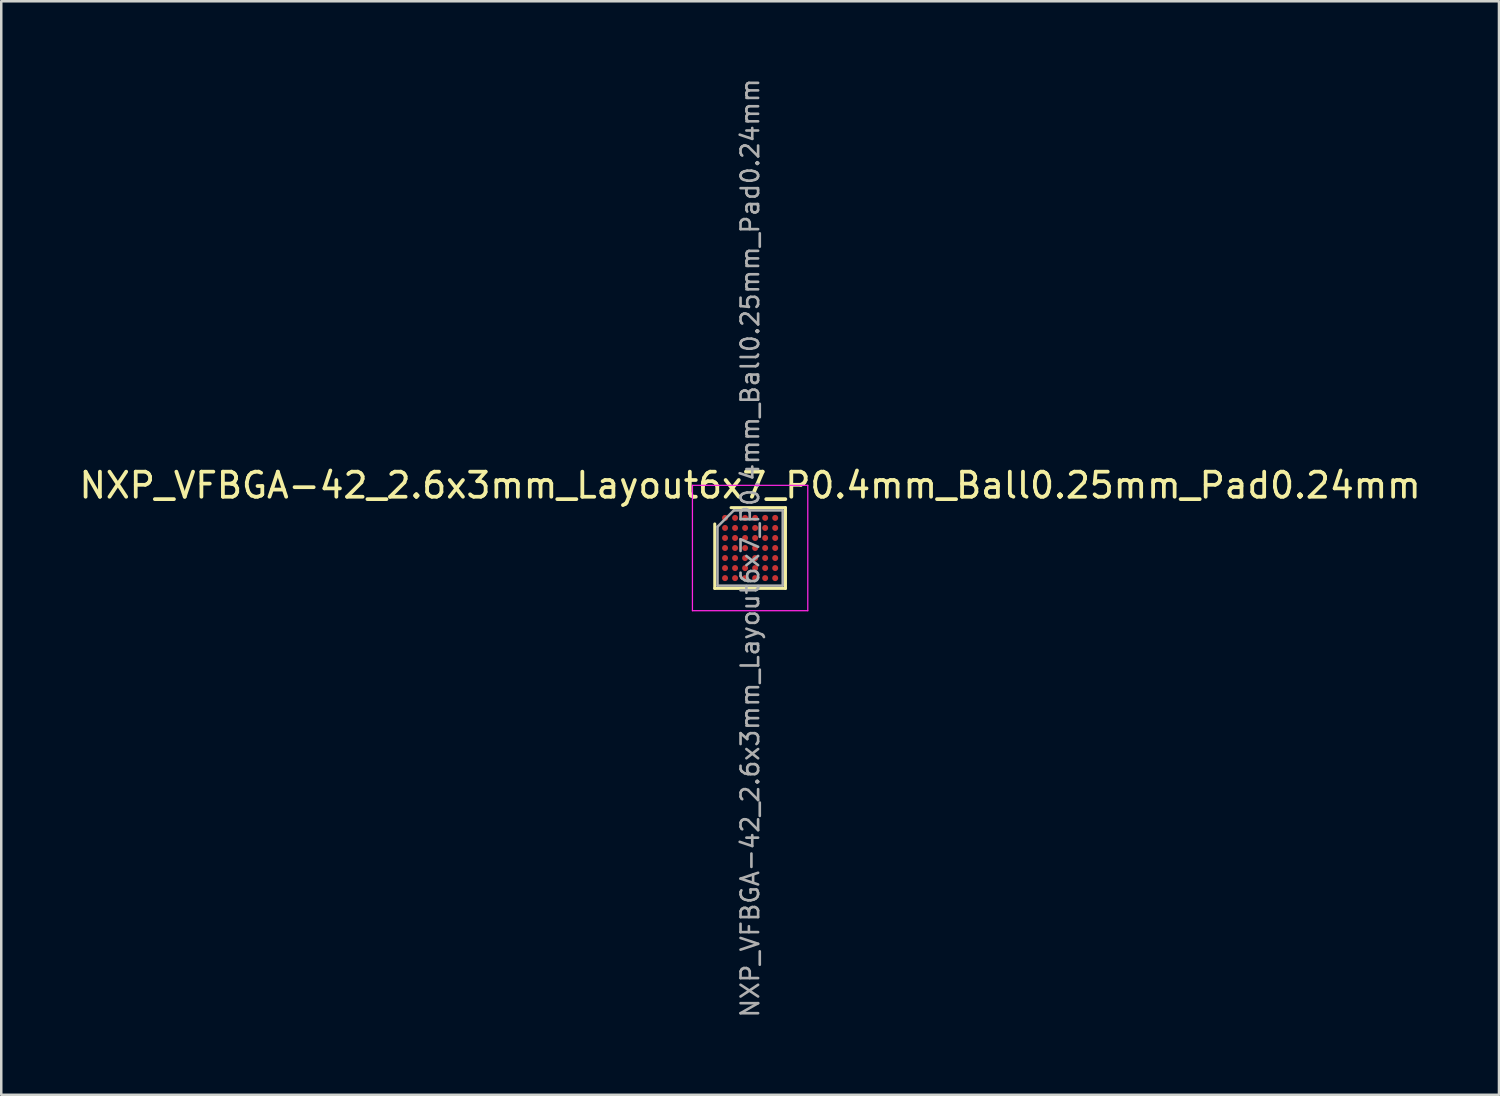
<source format=kicad_pcb>
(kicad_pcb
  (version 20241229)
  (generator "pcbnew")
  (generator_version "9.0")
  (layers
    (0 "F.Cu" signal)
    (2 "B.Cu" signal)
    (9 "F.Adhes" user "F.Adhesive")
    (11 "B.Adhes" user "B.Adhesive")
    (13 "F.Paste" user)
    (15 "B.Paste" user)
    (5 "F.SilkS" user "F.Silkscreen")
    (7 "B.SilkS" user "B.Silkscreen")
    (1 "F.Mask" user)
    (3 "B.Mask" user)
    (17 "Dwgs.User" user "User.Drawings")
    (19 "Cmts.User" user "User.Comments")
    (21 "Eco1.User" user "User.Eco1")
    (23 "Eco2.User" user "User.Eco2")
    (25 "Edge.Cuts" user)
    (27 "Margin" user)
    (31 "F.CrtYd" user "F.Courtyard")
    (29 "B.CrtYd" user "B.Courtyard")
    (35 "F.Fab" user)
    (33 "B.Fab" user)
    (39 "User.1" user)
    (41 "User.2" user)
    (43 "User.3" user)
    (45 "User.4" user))
  (footprint "NXP_VFBGA-42_2.6x3mm_Layout6x7_P0.4mm_Ball0.25mm_Pad0.24mm"
    (layer "F.Cu")
    (at 26.863 18.804)
    (property "Reference" "NXP_VFBGA-42_2.6x3mm_Layout6x7_P0.4mm_Ball0.25mm_Pad0.24mm" (at 0 -2.5 0) (layer "F.SilkS") (effects (font (size 1 1) (thickness 0.15))))
    (attr smd)
    (fp_line (start -1.41 1.61) (end -1.41 -0.96) (stroke (width 0.12) (type solid)) (layer "F.SilkS"))
    (fp_line (start -0.76 -1.61) (end 1.41 -1.61) (stroke (width 0.12) (type solid)) (layer "F.SilkS"))
    (fp_line (start 1.41 -1.61) (end 1.41 1.61) (stroke (width 0.12) (type solid)) (layer "F.SilkS"))
    (fp_line (start 1.41 1.61) (end -1.41 1.61) (stroke (width 0.12) (type solid)) (layer "F.SilkS"))
    (fp_line (start -2.3 -2.5) (end -2.3 2.5) (stroke (width 0.05) (type solid)) (layer "F.CrtYd"))
    (fp_line (start -2.3 2.5) (end 2.3 2.5) (stroke (width 0.05) (type solid)) (layer "F.CrtYd"))
    (fp_line (start 2.3 -2.5) (end -2.3 -2.5) (stroke (width 0.05) (type solid)) (layer "F.CrtYd"))
    (fp_line (start 2.3 2.5) (end 2.3 -2.5) (stroke (width 0.05) (type solid)) (layer "F.CrtYd"))
    (fp_line (start -1.3 -0.85) (end -0.65 -1.5) (stroke (width 0.1) (type solid)) (layer "F.Fab"))
    (fp_line (start -1.3 1.5) (end -1.3 -0.85) (stroke (width 0.1) (type solid)) (layer "F.Fab"))
    (fp_line (start -0.65 -1.5) (end 1.3 -1.5) (stroke (width 0.1) (type solid)) (layer "F.Fab"))
    (fp_line (start 1.3 -1.5) (end 1.3 1.5) (stroke (width 0.1) (type solid)) (layer "F.Fab"))
    (fp_line (start 1.3 1.5) (end -1.3 1.5) (stroke (width 0.1) (type solid)) (layer "F.Fab"))
    (fp_text user "${REFERENCE}" (at 0 0 270) (layer "F.Fab") (effects (font (size 0.7 0.7) (thickness 0.105))))
    (pad "A1" smd circle (at -1 -1.2) (size 0.24 0.24) (layers "F.Cu" "F.Mask" "F.Paste"))
    (pad "A2" smd circle (at -0.6 -1.2) (size 0.24 0.24) (layers "F.Cu" "F.Mask" "F.Paste"))
    (pad "A3" smd circle (at -0.2 -1.2) (size 0.24 0.24) (layers "F.Cu" "F.Mask" "F.Paste"))
    (pad "A4" smd circle (at 0.2 -1.2) (size 0.24 0.24) (layers "F.Cu" "F.Mask" "F.Paste"))
    (pad "A5" smd circle (at 0.6 -1.2) (size 0.24 0.24) (layers "F.Cu" "F.Mask" "F.Paste"))
    (pad "A6" smd circle (at 1 -1.2) (size 0.24 0.24) (layers "F.Cu" "F.Mask" "F.Paste"))
    (pad "B1" smd circle (at -1 -0.8) (size 0.24 0.24) (layers "F.Cu" "F.Mask" "F.Paste"))
    (pad "B2" smd circle (at -0.6 -0.8) (size 0.24 0.24) (layers "F.Cu" "F.Mask" "F.Paste"))
    (pad "B3" smd circle (at -0.2 -0.8) (size 0.24 0.24) (layers "F.Cu" "F.Mask" "F.Paste"))
    (pad "B4" smd circle (at 0.2 -0.8) (size 0.24 0.24) (layers "F.Cu" "F.Mask" "F.Paste"))
    (pad "B5" smd circle (at 0.6 -0.8) (size 0.24 0.24) (layers "F.Cu" "F.Mask" "F.Paste"))
    (pad "B6" smd circle (at 1 -0.8) (size 0.24 0.24) (layers "F.Cu" "F.Mask" "F.Paste"))
    (pad "C1" smd circle (at -1 -0.4) (size 0.24 0.24) (layers "F.Cu" "F.Mask" "F.Paste"))
    (pad "C2" smd circle (at -0.6 -0.4) (size 0.24 0.24) (layers "F.Cu" "F.Mask" "F.Paste"))
    (pad "C3" smd circle (at -0.2 -0.4) (size 0.24 0.24) (layers "F.Cu" "F.Mask" "F.Paste"))
    (pad "C4" smd circle (at 0.2 -0.4) (size 0.24 0.24) (layers "F.Cu" "F.Mask" "F.Paste"))
    (pad "C5" smd circle (at 0.6 -0.4) (size 0.24 0.24) (layers "F.Cu" "F.Mask" "F.Paste"))
    (pad "C6" smd circle (at 1 -0.4) (size 0.24 0.24) (layers "F.Cu" "F.Mask" "F.Paste"))
    (pad "D1" smd circle (at -1 0) (size 0.24 0.24) (layers "F.Cu" "F.Mask" "F.Paste"))
    (pad "D2" smd circle (at -0.6 0) (size 0.24 0.24) (layers "F.Cu" "F.Mask" "F.Paste"))
    (pad "D3" smd circle (at -0.2 0) (size 0.24 0.24) (layers "F.Cu" "F.Mask" "F.Paste"))
    (pad "D4" smd circle (at 0.2 0) (size 0.24 0.24) (layers "F.Cu" "F.Mask" "F.Paste"))
    (pad "D5" smd circle (at 0.6 0) (size 0.24 0.24) (layers "F.Cu" "F.Mask" "F.Paste"))
    (pad "D6" smd circle (at 1 0) (size 0.24 0.24) (layers "F.Cu" "F.Mask" "F.Paste"))
    (pad "E1" smd circle (at -1 0.4) (size 0.24 0.24) (layers "F.Cu" "F.Mask" "F.Paste"))
    (pad "E2" smd circle (at -0.6 0.4) (size 0.24 0.24) (layers "F.Cu" "F.Mask" "F.Paste"))
    (pad "E3" smd circle (at -0.2 0.4) (size 0.24 0.24) (layers "F.Cu" "F.Mask" "F.Paste"))
    (pad "E4" smd circle (at 0.2 0.4) (size 0.24 0.24) (layers "F.Cu" "F.Mask" "F.Paste"))
    (pad "E5" smd circle (at 0.6 0.4) (size 0.24 0.24) (layers "F.Cu" "F.Mask" "F.Paste"))
    (pad "E6" smd circle (at 1 0.4) (size 0.24 0.24) (layers "F.Cu" "F.Mask" "F.Paste"))
    (pad "F1" smd circle (at -1 0.8) (size 0.24 0.24) (layers "F.Cu" "F.Mask" "F.Paste"))
    (pad "F2" smd circle (at -0.6 0.8) (size 0.24 0.24) (layers "F.Cu" "F.Mask" "F.Paste"))
    (pad "F3" smd circle (at -0.2 0.8) (size 0.24 0.24) (layers "F.Cu" "F.Mask" "F.Paste"))
    (pad "F4" smd circle (at 0.2 0.8) (size 0.24 0.24) (layers "F.Cu" "F.Mask" "F.Paste"))
    (pad "F5" smd circle (at 0.6 0.8) (size 0.24 0.24) (layers "F.Cu" "F.Mask" "F.Paste"))
    (pad "F6" smd circle (at 1 0.8) (size 0.24 0.24) (layers "F.Cu" "F.Mask" "F.Paste"))
    (pad "G1" smd circle (at -1 1.2) (size 0.24 0.24) (layers "F.Cu" "F.Mask" "F.Paste"))
    (pad "G2" smd circle (at -0.6 1.2) (size 0.24 0.24) (layers "F.Cu" "F.Mask" "F.Paste"))
    (pad "G3" smd circle (at -0.2 1.2) (size 0.24 0.24) (layers "F.Cu" "F.Mask" "F.Paste"))
    (pad "G4" smd circle (at 0.2 1.2) (size 0.24 0.24) (layers "F.Cu" "F.Mask" "F.Paste"))
    (pad "G5" smd circle (at 0.6 1.2) (size 0.24 0.24) (layers "F.Cu" "F.Mask" "F.Paste"))
    (pad "G6" smd circle (at 1 1.2) (size 0.24 0.24) (layers "F.Cu" "F.Mask" "F.Paste")))
  (gr_rect
    (start -3 -3)
    (end 56.726 40.608)
    (stroke (width 0.1) (type default))
    (fill no)
    (layer "Edge.Cuts")))
</source>
